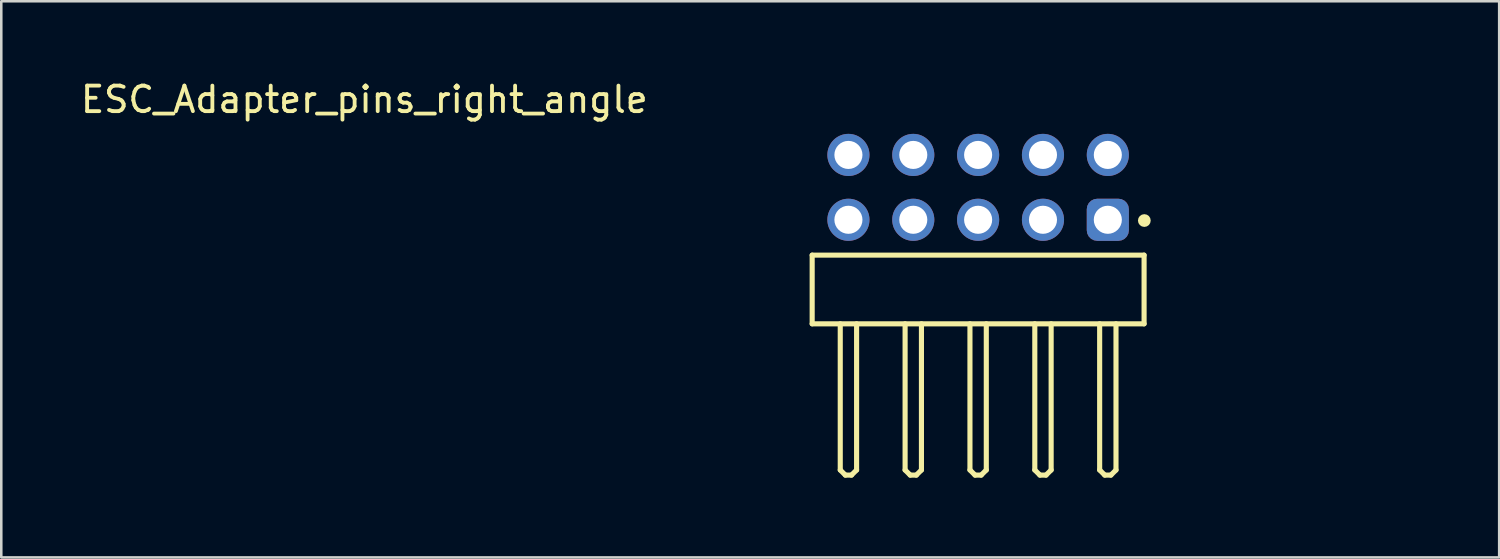
<source format=kicad_pcb>
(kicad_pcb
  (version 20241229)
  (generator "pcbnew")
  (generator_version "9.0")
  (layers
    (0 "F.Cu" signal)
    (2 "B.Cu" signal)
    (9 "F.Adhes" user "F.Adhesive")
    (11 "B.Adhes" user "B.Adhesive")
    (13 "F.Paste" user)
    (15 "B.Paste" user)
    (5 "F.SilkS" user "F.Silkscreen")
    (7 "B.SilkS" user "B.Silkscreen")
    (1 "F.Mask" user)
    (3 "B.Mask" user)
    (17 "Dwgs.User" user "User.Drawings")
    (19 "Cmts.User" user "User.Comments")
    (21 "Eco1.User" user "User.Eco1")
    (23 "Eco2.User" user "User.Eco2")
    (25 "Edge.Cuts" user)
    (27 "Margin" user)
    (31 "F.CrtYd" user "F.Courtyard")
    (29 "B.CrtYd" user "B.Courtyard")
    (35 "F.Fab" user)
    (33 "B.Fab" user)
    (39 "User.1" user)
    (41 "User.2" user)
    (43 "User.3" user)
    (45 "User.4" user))
  (footprint "ESC_Adapter_pins_right_angle"
    (layer "F.Cu")
    (at 23.48 6.958)
    (property "Reference" "ESC_Adapter_pins_right_angle" (at -12.26 -6.11 0) (layer "F.SilkS") (effects (font (size 1 1) (thickness 0.15))))
    (fp_line (start 5.28 -0.015) (end 18.28 -0.015) (stroke (width 0.2) (type solid)) (layer "F.SilkS"))
    (fp_line (start 5.28 2.675) (end 5.28 -0.015) (stroke (width 0.2) (type solid)) (layer "F.SilkS"))
    (fp_line (start 5.28 2.675) (end 18.28 2.675) (stroke (width 0.2) (type solid)) (layer "F.SilkS"))
    (fp_line (start 6.38 8.4) (end 6.38 2.675) (stroke (width 0.2) (type solid)) (layer "F.SilkS"))
    (fp_line (start 6.38 8.4) (end 6.58 8.6) (stroke (width 0.2) (type solid)) (layer "F.SilkS"))
    (fp_line (start 6.58 8.6) (end 6.82 8.6) (stroke (width 0.2) (type solid)) (layer "F.SilkS"))
    (fp_line (start 6.82 8.6) (end 7.02 8.4) (stroke (width 0.2) (type solid)) (layer "F.SilkS"))
    (fp_line (start 7.02 8.4) (end 7.02 2.675) (stroke (width 0.2) (type solid)) (layer "F.SilkS"))
    (fp_line (start 8.92 8.4) (end 8.92 2.675) (stroke (width 0.2) (type solid)) (layer "F.SilkS"))
    (fp_line (start 8.92 8.4) (end 9.12 8.6) (stroke (width 0.2) (type solid)) (layer "F.SilkS"))
    (fp_line (start 9.12 8.6) (end 9.36 8.6) (stroke (width 0.2) (type solid)) (layer "F.SilkS"))
    (fp_line (start 9.36 8.6) (end 9.56 8.4) (stroke (width 0.2) (type solid)) (layer "F.SilkS"))
    (fp_line (start 9.56 8.4) (end 9.56 2.675) (stroke (width 0.2) (type solid)) (layer "F.SilkS"))
    (fp_line (start 11.46 8.4) (end 11.46 2.675) (stroke (width 0.2) (type solid)) (layer "F.SilkS"))
    (fp_line (start 11.46 8.4) (end 11.66 8.6) (stroke (width 0.2) (type solid)) (layer "F.SilkS"))
    (fp_line (start 11.66 8.6) (end 11.9 8.6) (stroke (width 0.2) (type solid)) (layer "F.SilkS"))
    (fp_line (start 11.9 8.6) (end 12.1 8.4) (stroke (width 0.2) (type solid)) (layer "F.SilkS"))
    (fp_line (start 12.1 8.4) (end 12.1 2.675) (stroke (width 0.2) (type solid)) (layer "F.SilkS"))
    (fp_line (start 14 8.4) (end 14 2.675) (stroke (width 0.2) (type solid)) (layer "F.SilkS"))
    (fp_line (start 14 8.4) (end 14.2 8.6) (stroke (width 0.2) (type solid)) (layer "F.SilkS"))
    (fp_line (start 14.2 8.6) (end 14.44 8.6) (stroke (width 0.2) (type solid)) (layer "F.SilkS"))
    (fp_line (start 14.44 8.6) (end 14.64 8.4) (stroke (width 0.2) (type solid)) (layer "F.SilkS"))
    (fp_line (start 14.64 8.4) (end 14.64 2.675) (stroke (width 0.2) (type solid)) (layer "F.SilkS"))
    (fp_line (start 16.54 8.4) (end 16.54 2.675) (stroke (width 0.2) (type solid)) (layer "F.SilkS"))
    (fp_line (start 16.54 8.4) (end 16.74 8.6) (stroke (width 0.2) (type solid)) (layer "F.SilkS"))
    (fp_line (start 16.74 8.6) (end 16.98 8.6) (stroke (width 0.2) (type solid)) (layer "F.SilkS"))
    (fp_line (start 16.98 8.6) (end 17.18 8.4) (stroke (width 0.2) (type solid)) (layer "F.SilkS"))
    (fp_line (start 17.18 8.4) (end 17.18 2.675) (stroke (width 0.2) (type solid)) (layer "F.SilkS"))
    (fp_line (start 18.28 2.675) (end 18.28 -0.015) (stroke (width 0.2) (type solid)) (layer "F.SilkS"))
    (fp_circle (center 18.29 -1.37) (end 18.29 -1.495) (stroke (width 0.25) (type solid)) (fill no) (layer "F.SilkS"))
    (fp_line (start 5.08 -4.965) (end 18.48 -4.965) (stroke (width 0.05) (type solid)) (layer "Eco2.User"))
    (fp_line (start 5.08 8.8) (end 5.08 -4.965) (stroke (width 0.05) (type solid)) (layer "Eco2.User"))
    (fp_line (start 5.08 8.8) (end 18.48 8.8) (stroke (width 0.05) (type solid)) (layer "Eco2.User"))
    (fp_line (start 5.43 0.06) (end 18.13 0.06) (stroke (width 0.1) (type solid)) (layer "Eco2.User"))
    (fp_line (start 5.43 2.6) (end 5.43 0.06) (stroke (width 0.1) (type solid)) (layer "Eco2.User"))
    (fp_line (start 5.43 2.6) (end 18.13 2.6) (stroke (width 0.1) (type solid)) (layer "Eco2.User"))
    (fp_line (start 6.38 -4.3) (end 7.02 -4.3) (stroke (width 0.1) (type solid)) (layer "Eco2.User"))
    (fp_line (start 6.38 -1.76) (end 7.02 -1.76) (stroke (width 0.1) (type solid)) (layer "Eco2.User"))
    (fp_line (start 6.38 0.06) (end 6.38 -4.3) (stroke (width 0.1) (type solid)) (layer "Eco2.User"))
    (fp_line (start 6.38 8.4) (end 6.38 2.6) (stroke (width 0.1) (type solid)) (layer "Eco2.User"))
    (fp_line (start 6.38 8.4) (end 6.58 8.6) (stroke (width 0.1) (type solid)) (layer "Eco2.User"))
    (fp_line (start 6.58 8.6) (end 6.82 8.6) (stroke (width 0.1) (type solid)) (layer "Eco2.User"))
    (fp_line (start 6.82 8.6) (end 7.02 8.4) (stroke (width 0.1) (type solid)) (layer "Eco2.User"))
    (fp_line (start 7.02 0.06) (end 7.02 -4.3) (stroke (width 0.1) (type solid)) (layer "Eco2.User"))
    (fp_line (start 7.02 8.4) (end 7.02 2.6) (stroke (width 0.1) (type solid)) (layer "Eco2.User"))
    (fp_line (start 8.92 -4.3) (end 9.56 -4.3) (stroke (width 0.1) (type solid)) (layer "Eco2.User"))
    (fp_line (start 8.92 -1.76) (end 9.56 -1.76) (stroke (width 0.1) (type solid)) (layer "Eco2.User"))
    (fp_line (start 8.92 0.06) (end 8.92 -4.3) (stroke (width 0.1) (type solid)) (layer "Eco2.User"))
    (fp_line (start 8.92 8.4) (end 8.92 2.6) (stroke (width 0.1) (type solid)) (layer "Eco2.User"))
    (fp_line (start 8.92 8.4) (end 9.12 8.6) (stroke (width 0.1) (type solid)) (layer "Eco2.User"))
    (fp_line (start 9.12 8.6) (end 9.36 8.6) (stroke (width 0.1) (type solid)) (layer "Eco2.User"))
    (fp_line (start 9.36 8.6) (end 9.56 8.4) (stroke (width 0.1) (type solid)) (layer "Eco2.User"))
    (fp_line (start 9.56 0.06) (end 9.56 -4.3) (stroke (width 0.1) (type solid)) (layer "Eco2.User"))
    (fp_line (start 9.56 8.4) (end 9.56 2.6) (stroke (width 0.1) (type solid)) (layer "Eco2.User"))
    (fp_line (start 11.28 1.33) (end 12.28 1.33) (stroke (width 0.05) (type solid)) (layer "Eco2.User"))
    (fp_line (start 11.46 -4.3) (end 12.1 -4.3) (stroke (width 0.1) (type solid)) (layer "Eco2.User"))
    (fp_line (start 11.46 -1.76) (end 12.1 -1.76) (stroke (width 0.1) (type solid)) (layer "Eco2.User"))
    (fp_line (start 11.46 0.06) (end 11.46 -4.3) (stroke (width 0.1) (type solid)) (layer "Eco2.User"))
    (fp_line (start 11.46 8.4) (end 11.46 2.6) (stroke (width 0.1) (type solid)) (layer "Eco2.User"))
    (fp_line (start 11.46 8.4) (end 11.66 8.6) (stroke (width 0.1) (type solid)) (layer "Eco2.User"))
    (fp_line (start 11.66 8.6) (end 11.9 8.6) (stroke (width 0.1) (type solid)) (layer "Eco2.User"))
    (fp_line (start 11.78 1.83) (end 11.78 0.83) (stroke (width 0.05) (type solid)) (layer "Eco2.User"))
    (fp_line (start 11.9 8.6) (end 12.1 8.4) (stroke (width 0.1) (type solid)) (layer "Eco2.User"))
    (fp_line (start 12.1 0.06) (end 12.1 -4.3) (stroke (width 0.1) (type solid)) (layer "Eco2.User"))
    (fp_line (start 12.1 8.4) (end 12.1 2.6) (stroke (width 0.1) (type solid)) (layer "Eco2.User"))
    (fp_line (start 14 -4.3) (end 14.64 -4.3) (stroke (width 0.1) (type solid)) (layer "Eco2.User"))
    (fp_line (start 14 -1.76) (end 14.64 -1.76) (stroke (width 0.1) (type solid)) (layer "Eco2.User"))
    (fp_line (start 14 0.06) (end 14 -4.3) (stroke (width 0.1) (type solid)) (layer "Eco2.User"))
    (fp_line (start 14 8.4) (end 14 2.6) (stroke (width 0.1) (type solid)) (layer "Eco2.User"))
    (fp_line (start 14 8.4) (end 14.2 8.6) (stroke (width 0.1) (type solid)) (layer "Eco2.User"))
    (fp_line (start 14.2 8.6) (end 14.44 8.6) (stroke (width 0.1) (type solid)) (layer "Eco2.User"))
    (fp_line (start 14.44 8.6) (end 14.64 8.4) (stroke (width 0.1) (type solid)) (layer "Eco2.User"))
    (fp_line (start 14.64 0.06) (end 14.64 -4.3) (stroke (width 0.1) (type solid)) (layer "Eco2.User"))
    (fp_line (start 14.64 8.4) (end 14.64 2.6) (stroke (width 0.1) (type solid)) (layer "Eco2.User"))
    (fp_line (start 16.54 -4.3) (end 17.18 -4.3) (stroke (width 0.1) (type solid)) (layer "Eco2.User"))
    (fp_line (start 16.54 -1.76) (end 17.18 -1.76) (stroke (width 0.1) (type solid)) (layer "Eco2.User"))
    (fp_line (start 16.54 0.06) (end 16.54 -4.3) (stroke (width 0.1) (type solid)) (layer "Eco2.User"))
    (fp_line (start 16.54 8.4) (end 16.54 2.6) (stroke (width 0.1) (type solid)) (layer "Eco2.User"))
    (fp_line (start 16.54 8.4) (end 16.74 8.6) (stroke (width 0.1) (type solid)) (layer "Eco2.User"))
    (fp_line (start 16.74 8.6) (end 16.98 8.6) (stroke (width 0.1) (type solid)) (layer "Eco2.User"))
    (fp_line (start 16.98 8.6) (end 17.18 8.4) (stroke (width 0.1) (type solid)) (layer "Eco2.User"))
    (fp_line (start 17.18 0.06) (end 17.18 -4.3) (stroke (width 0.1) (type solid)) (layer "Eco2.User"))
    (fp_line (start 17.18 8.4) (end 17.18 2.6) (stroke (width 0.1) (type solid)) (layer "Eco2.User"))
    (fp_line (start 18.13 2.6) (end 18.13 0.06) (stroke (width 0.1) (type solid)) (layer "Eco2.User"))
    (fp_line (start 18.48 8.8) (end 18.48 -4.965) (stroke (width 0.05) (type solid)) (layer "Eco2.User"))
    (fp_text user "${REFERENCE}" (at 12.47 0.153 0) (unlocked yes) (layer "User.3") (effects (font (size 1.5 1.5) (thickness 0.15))))
    (pad "1" thru_hole roundrect (at 16.86 -1.4) (size 1.65 1.65) (drill 1.1) (layers "*.Cu" "*.Mask") (roundrect_rratio 0.25))
    (pad "2" thru_hole circle (at 16.86 -3.94) (size 1.65 1.65) (drill 1.1) (layers "*.Cu" "*.Mask"))
    (pad "3" thru_hole circle (at 14.32 -1.4) (size 1.65 1.65) (drill 1.1) (layers "*.Cu" "*.Mask"))
    (pad "4" thru_hole circle (at 14.32 -3.94) (size 1.65 1.65) (drill 1.1) (layers "*.Cu" "*.Mask"))
    (pad "5" thru_hole circle (at 11.78 -1.4) (size 1.65 1.65) (drill 1.1) (layers "*.Cu" "*.Mask"))
    (pad "6" thru_hole circle (at 11.78 -3.94) (size 1.65 1.65) (drill 1.1) (layers "*.Cu" "*.Mask"))
    (pad "7" thru_hole circle (at 9.24 -1.4) (size 1.65 1.65) (drill 1.1) (layers "*.Cu" "*.Mask"))
    (pad "8" thru_hole circle (at 9.24 -3.94) (size 1.65 1.65) (drill 1.1) (layers "*.Cu" "*.Mask"))
    (pad "9" thru_hole circle (at 6.7 -1.4) (size 1.65 1.65) (drill 1.1) (layers "*.Cu" "*.Mask"))
    (pad "10" thru_hole circle (at 6.7 -3.94) (size 1.65 1.65) (drill 1.1) (layers "*.Cu" "*.Mask")))
  (gr_rect
    (start -3 -3)
    (end 55.668 18.783)
    (stroke (width 0.1) (type default))
    (fill no)
    (layer "Edge.Cuts")))
</source>
